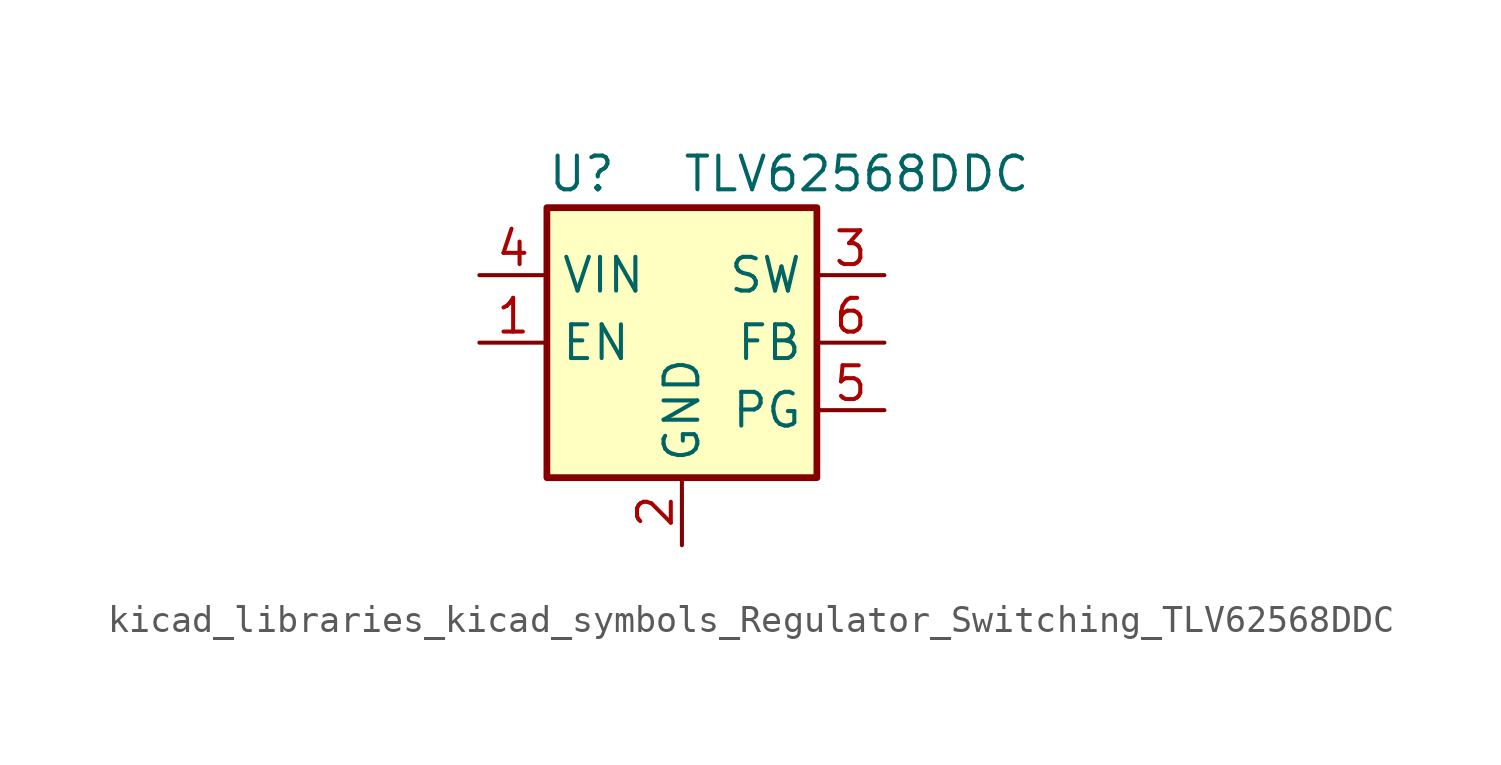
<source format=kicad_sym>
(kicad_symbol_lib
  (version 20220914)
  (generator kicad_symbol_editor)
  (symbol "kicad_libraries_kicad_symbols_Regulator_Switching_TLV62568DDC"
    (property "Reference" "U"
      (at -5.08 6.35 0)
      (effects (font (size 1.27 1.27)) (justify left)))
    (property "Value" "TLV62568DDC"
      (at 0 6.35 0)
      (effects (font (size 1.27 1.27)) (justify left)))
    (symbol "kicad_libraries_kicad_symbols_Regulator_Switching_TLV62568DDC_0_1"
      (rectangle (start -5.08 5.08) (end 5.08 -5.08) (stroke (width 0.254) (type default)) (fill (type background))))
    (symbol "kicad_libraries_kicad_symbols_Regulator_Switching_TLV62568DDC_1_1"
      (pin input line (at -7.62 0 0) (length 2.54) (name "EN" (effects (font (size 1.27 1.27)))) (number "1" (effects (font (size 1.27 1.27)))))
      (pin power_in line (at 0 -7.62 90) (length 2.54) (name "GND" (effects (font (size 1.27 1.27)))) (number "2" (effects (font (size 1.27 1.27)))))
      (pin power_out line (at 7.62 2.54 180) (length 2.54) (name "SW" (effects (font (size 1.27 1.27)))) (number "3" (effects (font (size 1.27 1.27)))))
      (pin power_in line (at -7.62 2.54 0) (length 2.54) (name "VIN" (effects (font (size 1.27 1.27)))) (number "4" (effects (font (size 1.27 1.27)))))
      (pin open_collector line (at 7.62 -2.54 180) (length 2.54) (name "PG" (effects (font (size 1.27 1.27)))) (number "5" (effects (font (size 1.27 1.27)))))
      (pin input line (at 7.62 0 180) (length 2.54) (name "FB" (effects (font (size 1.27 1.27)))) (number "6" (effects (font (size 1.27 1.27))))))))
</source>
